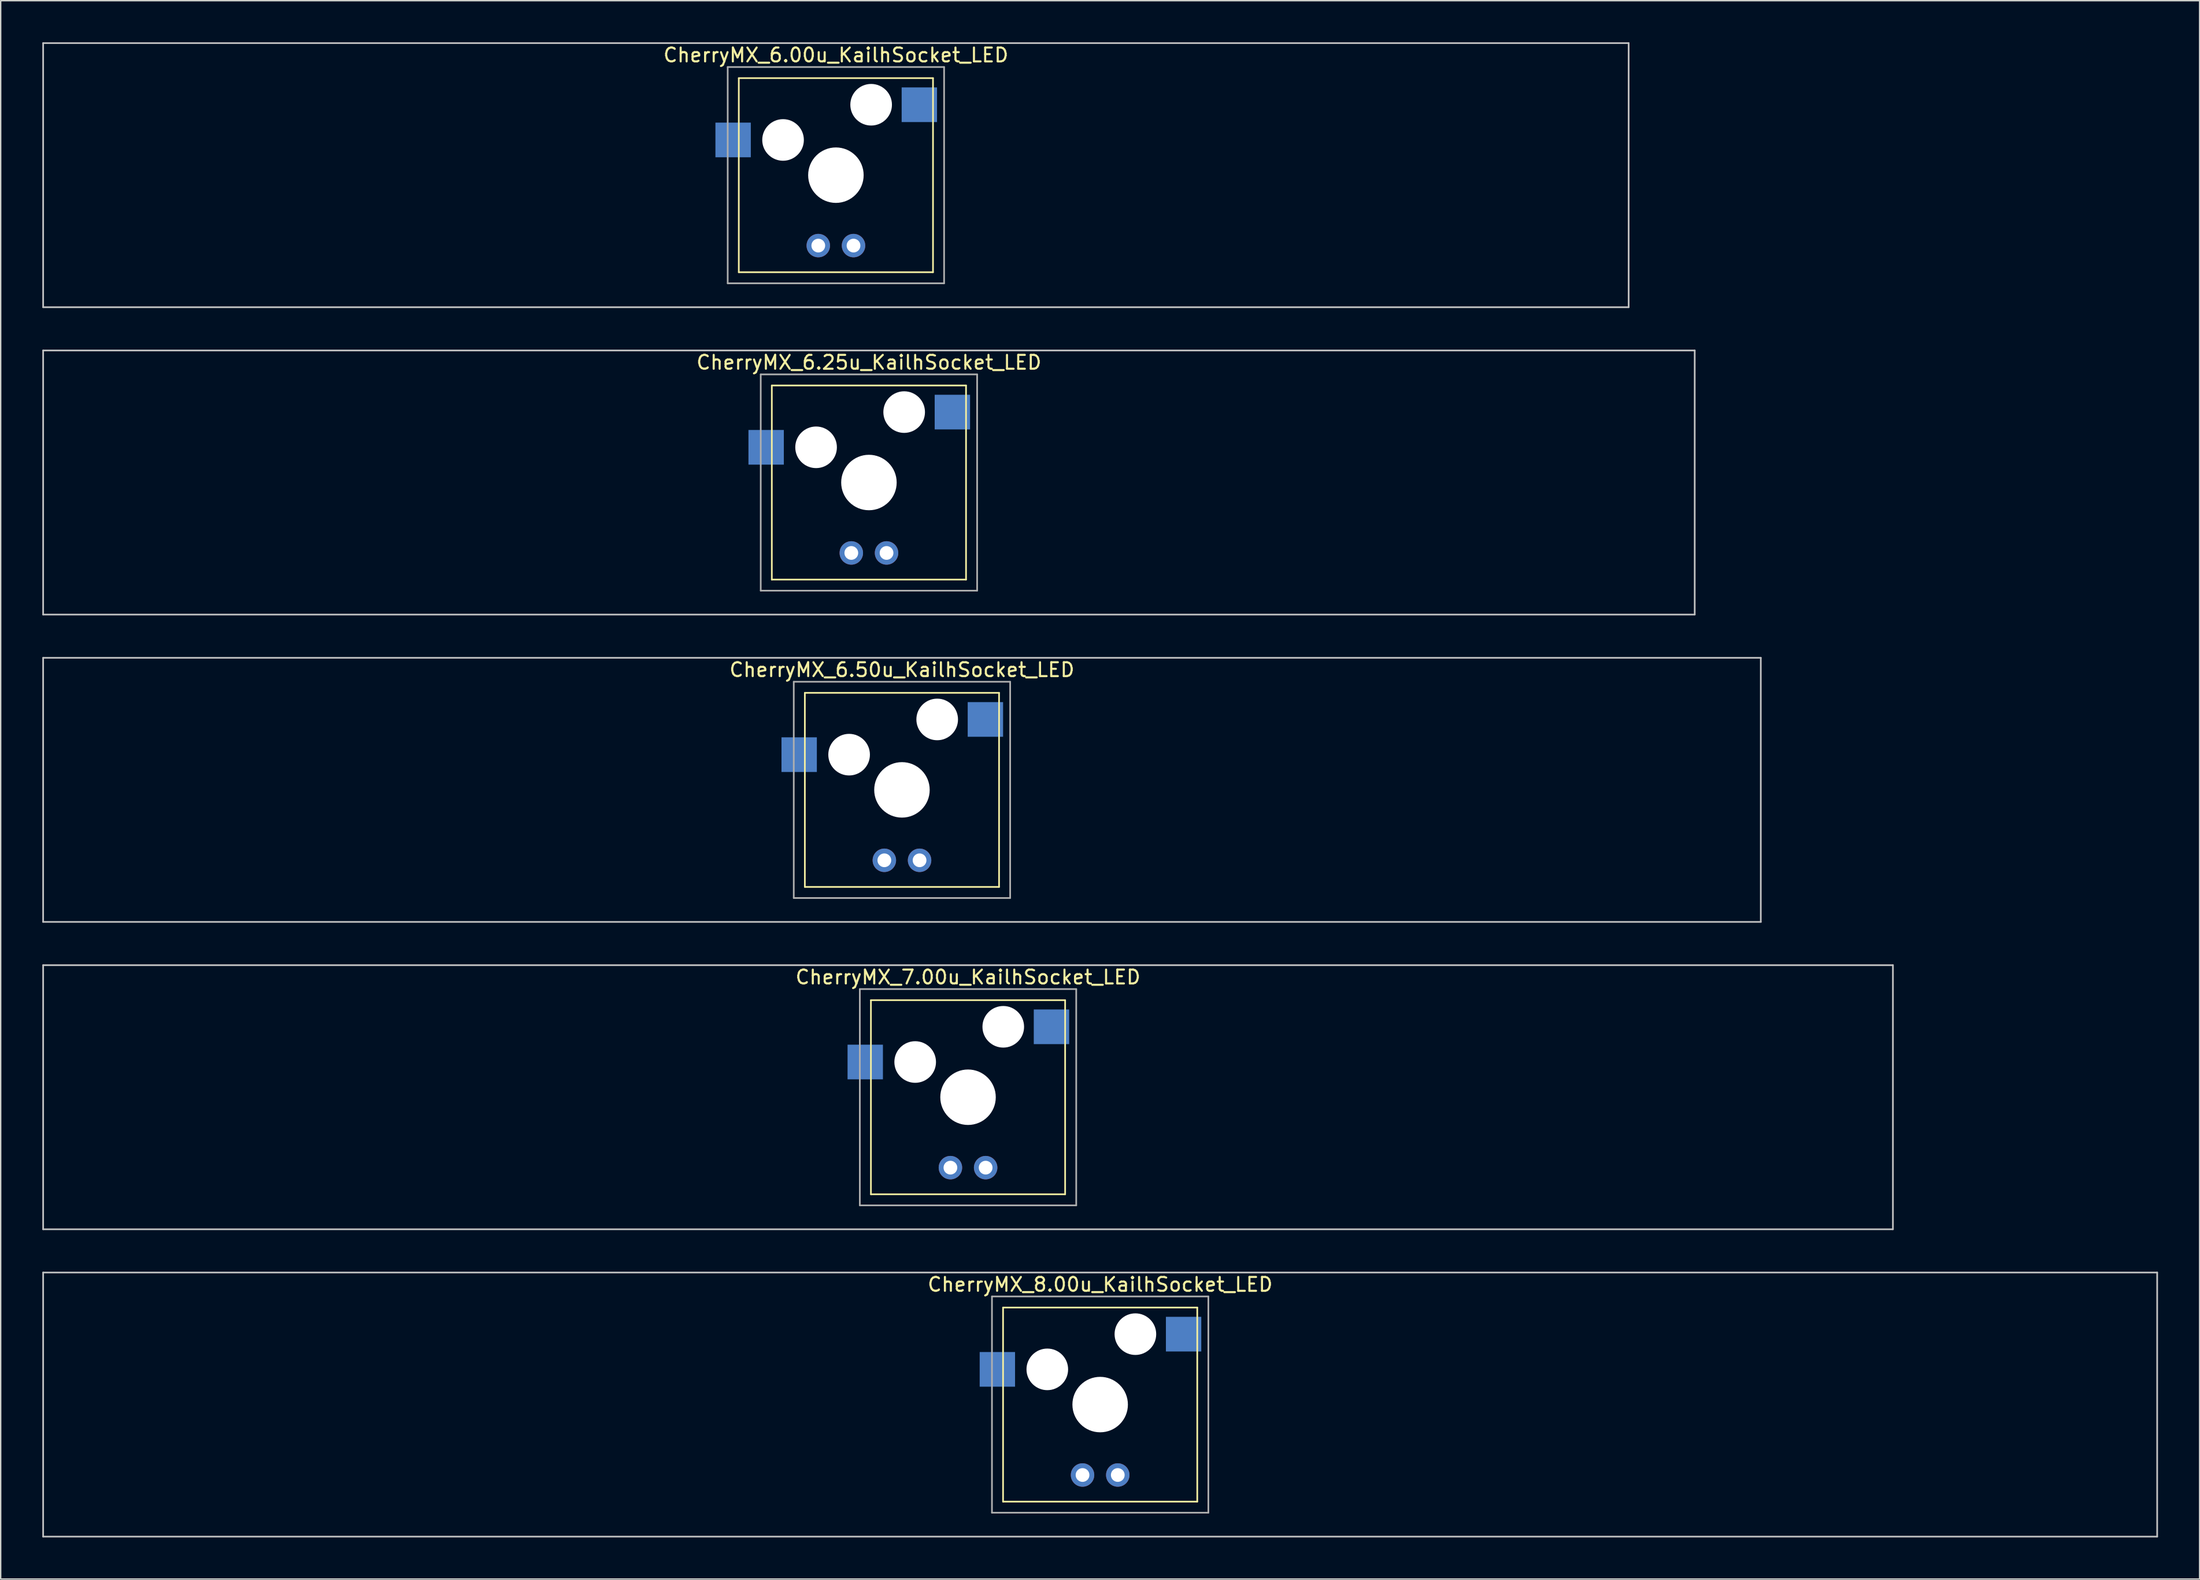
<source format=kicad_pcb>
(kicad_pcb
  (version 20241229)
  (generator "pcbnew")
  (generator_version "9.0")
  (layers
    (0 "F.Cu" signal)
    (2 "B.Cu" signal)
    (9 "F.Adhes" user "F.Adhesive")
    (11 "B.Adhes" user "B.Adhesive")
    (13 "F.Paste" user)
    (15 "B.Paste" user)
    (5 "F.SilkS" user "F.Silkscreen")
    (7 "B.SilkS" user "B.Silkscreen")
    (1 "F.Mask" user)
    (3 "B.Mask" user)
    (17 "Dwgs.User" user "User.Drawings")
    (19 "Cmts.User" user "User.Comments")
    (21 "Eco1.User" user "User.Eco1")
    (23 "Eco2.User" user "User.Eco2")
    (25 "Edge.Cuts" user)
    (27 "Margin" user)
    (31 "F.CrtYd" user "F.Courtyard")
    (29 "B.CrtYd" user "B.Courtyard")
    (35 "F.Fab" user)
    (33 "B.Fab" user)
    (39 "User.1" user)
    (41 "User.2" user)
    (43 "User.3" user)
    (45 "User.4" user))
  (footprint "CherryMX_6.00u_KailhSocket_LED"
    (layer "F.Cu")
    (at 57.21 9.585)
    (property "Reference" "CherryMX_6.00u_KailhSocket_LED" (at 0 -8.662 0) (layer "F.SilkS") (effects (font (size 1 1) (thickness 0.15))))
    (attr through_hole)
    (fp_line (start -7 -7) (end -7 7) (stroke (width 0.12) (type solid)) (layer "F.SilkS"))
    (fp_line (start -7 -7) (end 7 -7) (stroke (width 0.12) (type solid)) (layer "F.SilkS"))
    (fp_line (start 7 -7) (end 7 7) (stroke (width 0.12) (type solid)) (layer "F.SilkS"))
    (fp_line (start 7 7) (end -7 7) (stroke (width 0.12) (type solid)) (layer "F.SilkS"))
    (fp_line (start -57.15 -9.525) (end 57.15 -9.525) (stroke (width 0.12) (type solid)) (layer "Dwgs.User"))
    (fp_line (start -57.15 9.525) (end -57.15 -9.525) (stroke (width 0.12) (type solid)) (layer "Dwgs.User"))
    (fp_line (start 57.15 -9.525) (end 57.15 9.525) (stroke (width 0.12) (type solid)) (layer "Dwgs.User"))
    (fp_line (start 57.15 9.525) (end -57.15 9.525) (stroke (width 0.12) (type solid)) (layer "Dwgs.User"))
    (fp_line (start -7.8 -7.8) (end -7.8 7.8) (stroke (width 0.12) (type solid)) (layer "F.Fab"))
    (fp_line (start -7.8 -7.8) (end 7.8 -7.8) (stroke (width 0.12) (type solid)) (layer "F.Fab"))
    (fp_line (start -7.8 7.8) (end 7.8 7.8) (stroke (width 0.12) (type solid)) (layer "F.Fab"))
    (fp_line (start 7.8 -7.8) (end 7.8 7.8) (stroke (width 0.12) (type solid)) (layer "F.Fab"))
    (pad "" np_thru_hole circle (at -3.81 -2.54) (size 3 3) (drill 3) (layers "*.Cu" "*.Mask"))
    (pad "" np_thru_hole circle (at 0 0) (size 4 4) (drill 4) (layers "*.Cu" "*.Mask"))
    (pad "" np_thru_hole circle (at 2.54 -5.08) (size 3 3) (drill 3) (layers "*.Cu" "*.Mask"))
    (pad "1" smd rect (at -7.41 -2.54) (size 2.55 2.5) (layers "B.Cu" "B.Mask" "B.Paste"))
    (pad "2" smd rect (at 6.015 -5.08) (size 2.55 2.5) (layers "B.Cu" "B.Mask" "B.Paste"))
    (pad "3" thru_hole circle (at -1.27 5.08) (size 1.691 1.691) (drill 0.991) (layers "*.Cu" "*.Mask"))
    (pad "4" thru_hole circle (at 1.27 5.08) (size 1.691 1.691) (drill 0.991) (layers "*.Cu" "*.Mask")))
  (footprint "CherryMX_6.50u_KailhSocket_LED"
    (layer "F.Cu")
    (at 61.972 53.925)
    (property "Reference" "CherryMX_6.50u_KailhSocket_LED" (at 0 -8.662 0) (layer "F.SilkS") (effects (font (size 1 1) (thickness 0.15))))
    (attr through_hole)
    (fp_line (start -7 -7) (end -7 7) (stroke (width 0.12) (type solid)) (layer "F.SilkS"))
    (fp_line (start -7 -7) (end 7 -7) (stroke (width 0.12) (type solid)) (layer "F.SilkS"))
    (fp_line (start 7 -7) (end 7 7) (stroke (width 0.12) (type solid)) (layer "F.SilkS"))
    (fp_line (start 7 7) (end -7 7) (stroke (width 0.12) (type solid)) (layer "F.SilkS"))
    (fp_line (start -61.913 -9.525) (end 61.913 -9.525) (stroke (width 0.12) (type solid)) (layer "Dwgs.User"))
    (fp_line (start -61.913 9.525) (end -61.913 -9.525) (stroke (width 0.12) (type solid)) (layer "Dwgs.User"))
    (fp_line (start 61.913 -9.525) (end 61.913 9.525) (stroke (width 0.12) (type solid)) (layer "Dwgs.User"))
    (fp_line (start 61.913 9.525) (end -61.913 9.525) (stroke (width 0.12) (type solid)) (layer "Dwgs.User"))
    (fp_line (start -7.8 -7.8) (end -7.8 7.8) (stroke (width 0.12) (type solid)) (layer "F.Fab"))
    (fp_line (start -7.8 -7.8) (end 7.8 -7.8) (stroke (width 0.12) (type solid)) (layer "F.Fab"))
    (fp_line (start -7.8 7.8) (end 7.8 7.8) (stroke (width 0.12) (type solid)) (layer "F.Fab"))
    (fp_line (start 7.8 -7.8) (end 7.8 7.8) (stroke (width 0.12) (type solid)) (layer "F.Fab"))
    (pad "" np_thru_hole circle (at -3.81 -2.54) (size 3 3) (drill 3) (layers "*.Cu" "*.Mask"))
    (pad "" np_thru_hole circle (at 0 0) (size 4 4) (drill 4) (layers "*.Cu" "*.Mask"))
    (pad "" np_thru_hole circle (at 2.54 -5.08) (size 3 3) (drill 3) (layers "*.Cu" "*.Mask"))
    (pad "1" smd rect (at -7.41 -2.54) (size 2.55 2.5) (layers "B.Cu" "B.Mask" "B.Paste"))
    (pad "2" smd rect (at 6.015 -5.08) (size 2.55 2.5) (layers "B.Cu" "B.Mask" "B.Paste"))
    (pad "3" thru_hole circle (at -1.27 5.08) (size 1.691 1.691) (drill 0.991) (layers "*.Cu" "*.Mask"))
    (pad "4" thru_hole circle (at 1.27 5.08) (size 1.691 1.691) (drill 0.991) (layers "*.Cu" "*.Mask")))
  (footprint "CherryMX_8.00u_KailhSocket_LED"
    (layer "F.Cu")
    (at 76.26 98.265)
    (property "Reference" "CherryMX_8.00u_KailhSocket_LED" (at 0 -8.662 0) (layer "F.SilkS") (effects (font (size 1 1) (thickness 0.15))))
    (attr through_hole)
    (fp_line (start -7 -7) (end -7 7) (stroke (width 0.12) (type solid)) (layer "F.SilkS"))
    (fp_line (start -7 -7) (end 7 -7) (stroke (width 0.12) (type solid)) (layer "F.SilkS"))
    (fp_line (start 7 -7) (end 7 7) (stroke (width 0.12) (type solid)) (layer "F.SilkS"))
    (fp_line (start 7 7) (end -7 7) (stroke (width 0.12) (type solid)) (layer "F.SilkS"))
    (fp_line (start -76.2 -9.525) (end 76.2 -9.525) (stroke (width 0.12) (type solid)) (layer "Dwgs.User"))
    (fp_line (start -76.2 9.525) (end -76.2 -9.525) (stroke (width 0.12) (type solid)) (layer "Dwgs.User"))
    (fp_line (start 76.2 -9.525) (end 76.2 9.525) (stroke (width 0.12) (type solid)) (layer "Dwgs.User"))
    (fp_line (start 76.2 9.525) (end -76.2 9.525) (stroke (width 0.12) (type solid)) (layer "Dwgs.User"))
    (fp_line (start -7.8 -7.8) (end -7.8 7.8) (stroke (width 0.12) (type solid)) (layer "F.Fab"))
    (fp_line (start -7.8 -7.8) (end 7.8 -7.8) (stroke (width 0.12) (type solid)) (layer "F.Fab"))
    (fp_line (start -7.8 7.8) (end 7.8 7.8) (stroke (width 0.12) (type solid)) (layer "F.Fab"))
    (fp_line (start 7.8 -7.8) (end 7.8 7.8) (stroke (width 0.12) (type solid)) (layer "F.Fab"))
    (pad "" np_thru_hole circle (at -3.81 -2.54) (size 3 3) (drill 3) (layers "*.Cu" "*.Mask"))
    (pad "" np_thru_hole circle (at 0 0) (size 4 4) (drill 4) (layers "*.Cu" "*.Mask"))
    (pad "" np_thru_hole circle (at 2.54 -5.08) (size 3 3) (drill 3) (layers "*.Cu" "*.Mask"))
    (pad "1" smd rect (at -7.41 -2.54) (size 2.55 2.5) (layers "B.Cu" "B.Mask" "B.Paste"))
    (pad "2" smd rect (at 6.015 -5.08) (size 2.55 2.5) (layers "B.Cu" "B.Mask" "B.Paste"))
    (pad "3" thru_hole circle (at -1.27 5.08) (size 1.691 1.691) (drill 0.991) (layers "*.Cu" "*.Mask"))
    (pad "4" thru_hole circle (at 1.27 5.08) (size 1.691 1.691) (drill 0.991) (layers "*.Cu" "*.Mask")))
  (footprint "CherryMX_6.25u_KailhSocket_LED"
    (layer "F.Cu")
    (at 59.591 31.755)
    (property "Reference" "CherryMX_6.25u_KailhSocket_LED" (at 0 -8.662 0) (layer "F.SilkS") (effects (font (size 1 1) (thickness 0.15))))
    (attr through_hole)
    (fp_line (start -7 -7) (end -7 7) (stroke (width 0.12) (type solid)) (layer "F.SilkS"))
    (fp_line (start -7 -7) (end 7 -7) (stroke (width 0.12) (type solid)) (layer "F.SilkS"))
    (fp_line (start 7 -7) (end 7 7) (stroke (width 0.12) (type solid)) (layer "F.SilkS"))
    (fp_line (start 7 7) (end -7 7) (stroke (width 0.12) (type solid)) (layer "F.SilkS"))
    (fp_line (start -59.531 -9.525) (end 59.531 -9.525) (stroke (width 0.12) (type solid)) (layer "Dwgs.User"))
    (fp_line (start -59.531 9.525) (end -59.531 -9.525) (stroke (width 0.12) (type solid)) (layer "Dwgs.User"))
    (fp_line (start 59.531 -9.525) (end 59.531 9.525) (stroke (width 0.12) (type solid)) (layer "Dwgs.User"))
    (fp_line (start 59.531 9.525) (end -59.531 9.525) (stroke (width 0.12) (type solid)) (layer "Dwgs.User"))
    (fp_line (start -7.8 -7.8) (end -7.8 7.8) (stroke (width 0.12) (type solid)) (layer "F.Fab"))
    (fp_line (start -7.8 -7.8) (end 7.8 -7.8) (stroke (width 0.12) (type solid)) (layer "F.Fab"))
    (fp_line (start -7.8 7.8) (end 7.8 7.8) (stroke (width 0.12) (type solid)) (layer "F.Fab"))
    (fp_line (start 7.8 -7.8) (end 7.8 7.8) (stroke (width 0.12) (type solid)) (layer "F.Fab"))
    (pad "" np_thru_hole circle (at -3.81 -2.54) (size 3 3) (drill 3) (layers "*.Cu" "*.Mask"))
    (pad "" np_thru_hole circle (at 0 0) (size 4 4) (drill 4) (layers "*.Cu" "*.Mask"))
    (pad "" np_thru_hole circle (at 2.54 -5.08) (size 3 3) (drill 3) (layers "*.Cu" "*.Mask"))
    (pad "1" smd rect (at -7.41 -2.54) (size 2.55 2.5) (layers "B.Cu" "B.Mask" "B.Paste"))
    (pad "2" smd rect (at 6.015 -5.08) (size 2.55 2.5) (layers "B.Cu" "B.Mask" "B.Paste"))
    (pad "3" thru_hole circle (at -1.27 5.08) (size 1.691 1.691) (drill 0.991) (layers "*.Cu" "*.Mask"))
    (pad "4" thru_hole circle (at 1.27 5.08) (size 1.691 1.691) (drill 0.991) (layers "*.Cu" "*.Mask")))
  (footprint "CherryMX_7.00u_KailhSocket_LED"
    (layer "F.Cu")
    (at 66.735 76.095)
    (property "Reference" "CherryMX_7.00u_KailhSocket_LED" (at 0 -8.662 0) (layer "F.SilkS") (effects (font (size 1 1) (thickness 0.15))))
    (attr through_hole)
    (fp_line (start -7 -7) (end -7 7) (stroke (width 0.12) (type solid)) (layer "F.SilkS"))
    (fp_line (start -7 -7) (end 7 -7) (stroke (width 0.12) (type solid)) (layer "F.SilkS"))
    (fp_line (start 7 -7) (end 7 7) (stroke (width 0.12) (type solid)) (layer "F.SilkS"))
    (fp_line (start 7 7) (end -7 7) (stroke (width 0.12) (type solid)) (layer "F.SilkS"))
    (fp_line (start -66.675 -9.525) (end 66.675 -9.525) (stroke (width 0.12) (type solid)) (layer "Dwgs.User"))
    (fp_line (start -66.675 9.525) (end -66.675 -9.525) (stroke (width 0.12) (type solid)) (layer "Dwgs.User"))
    (fp_line (start 66.675 -9.525) (end 66.675 9.525) (stroke (width 0.12) (type solid)) (layer "Dwgs.User"))
    (fp_line (start 66.675 9.525) (end -66.675 9.525) (stroke (width 0.12) (type solid)) (layer "Dwgs.User"))
    (fp_line (start -7.8 -7.8) (end -7.8 7.8) (stroke (width 0.12) (type solid)) (layer "F.Fab"))
    (fp_line (start -7.8 -7.8) (end 7.8 -7.8) (stroke (width 0.12) (type solid)) (layer "F.Fab"))
    (fp_line (start -7.8 7.8) (end 7.8 7.8) (stroke (width 0.12) (type solid)) (layer "F.Fab"))
    (fp_line (start 7.8 -7.8) (end 7.8 7.8) (stroke (width 0.12) (type solid)) (layer "F.Fab"))
    (pad "" np_thru_hole circle (at -3.81 -2.54) (size 3 3) (drill 3) (layers "*.Cu" "*.Mask"))
    (pad "" np_thru_hole circle (at 0 0) (size 4 4) (drill 4) (layers "*.Cu" "*.Mask"))
    (pad "" np_thru_hole circle (at 2.54 -5.08) (size 3 3) (drill 3) (layers "*.Cu" "*.Mask"))
    (pad "1" smd rect (at -7.41 -2.54) (size 2.55 2.5) (layers "B.Cu" "B.Mask" "B.Paste"))
    (pad "2" smd rect (at 6.015 -5.08) (size 2.55 2.5) (layers "B.Cu" "B.Mask" "B.Paste"))
    (pad "3" thru_hole circle (at -1.27 5.08) (size 1.691 1.691) (drill 0.991) (layers "*.Cu" "*.Mask"))
    (pad "4" thru_hole circle (at 1.27 5.08) (size 1.691 1.691) (drill 0.991) (layers "*.Cu" "*.Mask")))
  (gr_rect
    (start -3 -3)
    (end 155.52 110.85)
    (stroke (width 0.1) (type default))
    (fill no)
    (layer "Edge.Cuts")))
</source>
